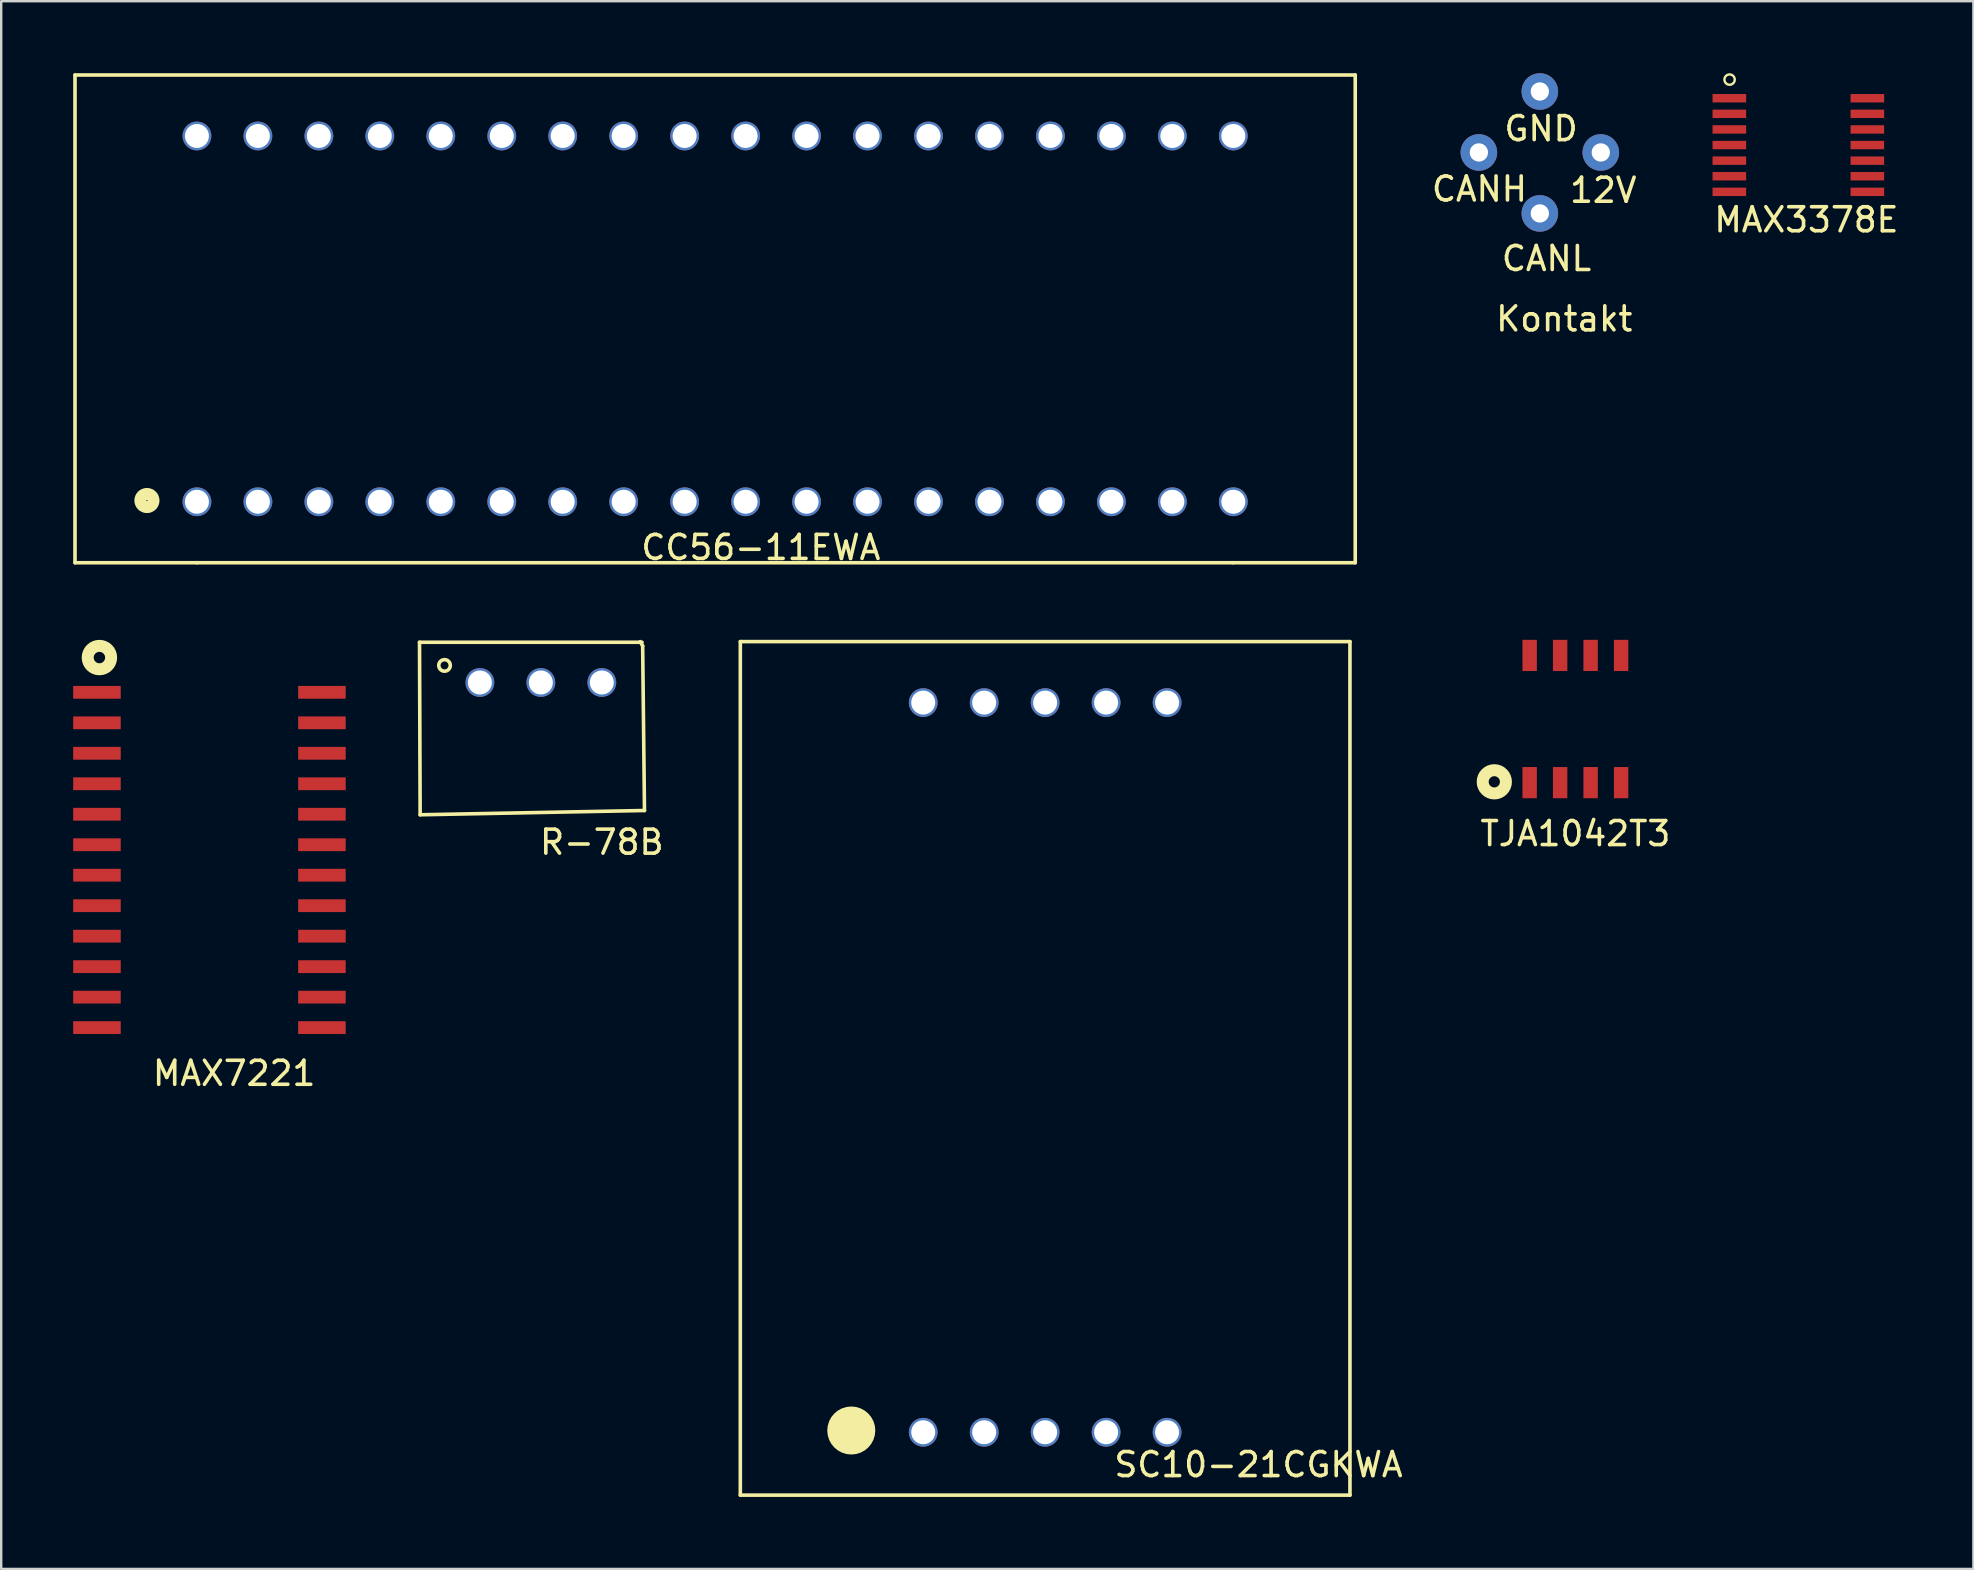
<source format=kicad_pcb>
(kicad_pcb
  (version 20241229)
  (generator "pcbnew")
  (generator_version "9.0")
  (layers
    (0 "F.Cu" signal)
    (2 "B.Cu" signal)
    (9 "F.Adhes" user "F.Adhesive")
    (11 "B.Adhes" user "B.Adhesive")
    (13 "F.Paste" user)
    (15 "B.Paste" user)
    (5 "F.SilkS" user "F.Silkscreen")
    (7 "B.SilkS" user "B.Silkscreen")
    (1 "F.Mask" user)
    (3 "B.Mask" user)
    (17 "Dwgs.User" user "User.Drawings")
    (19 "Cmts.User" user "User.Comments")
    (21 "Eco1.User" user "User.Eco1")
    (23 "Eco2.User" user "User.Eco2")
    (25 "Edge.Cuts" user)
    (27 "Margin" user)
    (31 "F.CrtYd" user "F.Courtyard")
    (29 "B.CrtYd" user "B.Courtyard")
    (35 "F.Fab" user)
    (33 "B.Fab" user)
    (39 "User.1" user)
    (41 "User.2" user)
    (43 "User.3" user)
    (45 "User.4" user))
  (footprint "MAX7221"
    (layer "F.Cu")
    (at 2.26 25.795)
    (property "Reference" "MAX7221" (at 4.445 15.875 0) (layer "F.SilkS") (effects (font (size 1 1) (thickness 0.15))))
    (attr through_hole)
    (fp_circle (center -1.168 -1.448) (end -0.686 -1.524) (stroke (width 0.5) (type solid)) (fill no) (layer "F.SilkS"))
    (pad "1" smd rect (at -1.27 0) (size 1.981 0.533) (layers "F.Cu" "F.Mask" "F.Paste"))
    (pad "2" smd rect (at -1.27 1.27) (size 1.981 0.533) (layers "F.Cu" "F.Mask" "F.Paste"))
    (pad "3" smd rect (at -1.27 2.54) (size 1.981 0.533) (layers "F.Cu" "F.Mask" "F.Paste"))
    (pad "4" smd rect (at -1.27 3.81) (size 1.981 0.533) (layers "F.Cu" "F.Mask" "F.Paste"))
    (pad "5" smd rect (at -1.27 5.08) (size 1.981 0.533) (layers "F.Cu" "F.Mask" "F.Paste"))
    (pad "6" smd rect (at -1.27 6.35) (size 1.981 0.533) (layers "F.Cu" "F.Mask" "F.Paste"))
    (pad "7" smd rect (at -1.27 7.62) (size 1.981 0.533) (layers "F.Cu" "F.Mask" "F.Paste"))
    (pad "8" smd rect (at -1.27 8.89) (size 1.981 0.533) (layers "F.Cu" "F.Mask" "F.Paste"))
    (pad "9" smd rect (at -1.27 10.16) (size 1.981 0.533) (layers "F.Cu" "F.Mask" "F.Paste"))
    (pad "10" smd rect (at -1.27 11.43) (size 1.981 0.533) (layers "F.Cu" "F.Mask" "F.Paste"))
    (pad "11" smd rect (at -1.27 12.7) (size 1.981 0.533) (layers "F.Cu" "F.Mask" "F.Paste"))
    (pad "12" smd rect (at -1.27 13.97) (size 1.981 0.533) (layers "F.Cu" "F.Mask" "F.Paste"))
    (pad "13" smd rect (at 8.103 13.97) (size 1.981 0.533) (layers "F.Cu" "F.Mask" "F.Paste"))
    (pad "14" smd rect (at 8.103 12.7) (size 1.981 0.533) (layers "F.Cu" "F.Mask" "F.Paste"))
    (pad "15" smd rect (at 8.103 11.43) (size 1.981 0.533) (layers "F.Cu" "F.Mask" "F.Paste"))
    (pad "16" smd rect (at 8.103 10.16) (size 1.981 0.533) (layers "F.Cu" "F.Mask" "F.Paste"))
    (pad "17" smd rect (at 8.103 8.89) (size 1.981 0.533) (layers "F.Cu" "F.Mask" "F.Paste"))
    (pad "18" smd rect (at 8.103 7.62) (size 1.981 0.533) (layers "F.Cu" "F.Mask" "F.Paste"))
    (pad "19" smd rect (at 8.103 6.35) (size 1.981 0.533) (layers "F.Cu" "F.Mask" "F.Paste"))
    (pad "20" smd rect (at 8.103 5.08) (size 1.981 0.533) (layers "F.Cu" "F.Mask" "F.Paste"))
    (pad "21" smd rect (at 8.103 3.81) (size 1.981 0.533) (layers "F.Cu" "F.Mask" "F.Paste"))
    (pad "22" smd rect (at 8.103 2.54) (size 1.981 0.533) (layers "F.Cu" "F.Mask" "F.Paste"))
    (pad "23" smd rect (at 8.103 1.27) (size 1.981 0.533) (layers "F.Cu" "F.Mask" "F.Paste"))
    (pad "24" smd rect (at 8.103 0) (size 1.981 0.533) (layers "F.Cu" "F.Mask" "F.Paste")))
  (footprint "Kontakt"
    (layer "F.Cu")
    (at 61.106 3.302)
    (property "Reference" "Kontakt" (at 1.016 6.934 0) (layer "F.SilkS") (effects (font (size 1 1) (thickness 0.15))))
    (attr through_hole)
    (fp_text user "12V" (at 2.642 1.575 0) (layer "F.SilkS") (effects (font (size 1 1) (thickness 0.15))))
    (fp_text user "CANH" (at -2.515 1.524 0) (layer "F.SilkS") (effects (font (size 1 1) (thickness 0.15))))
    (fp_text user "GND" (at 0.051 -0.991 0) (layer "F.SilkS") (effects (font (size 1 1) (thickness 0.15))))
    (fp_text user "CANL" (at 0.279 4.42 0) (layer "F.SilkS") (effects (font (size 1 1) (thickness 0.15))))
    (pad "1" thru_hole circle (at 0 2.54) (size 1.524 1.524) (drill 0.762) (layers "*.Cu" "*.Mask"))
    (pad "2" thru_hole circle (at -2.54 0) (size 1.524 1.524) (drill 0.762) (layers "*.Cu" "*.Mask"))
    (pad "3" thru_hole circle (at 0 -2.54) (size 1.524 1.524) (drill 0.762) (layers "*.Cu" "*.Mask"))
    (pad "4" thru_hole circle (at 2.54 0) (size 1.524 1.524) (drill 0.762) (layers "*.Cu" "*.Mask")))
  (footprint "CC56-11EWA"
    (layer "F.Cu")
    (at 28.015 2.615)
    (property "Reference" "CC56-11EWA" (at 0.635 17.145 0) (layer "F.SilkS") (effects (font (size 1 1) (thickness 0.15))))
    (attr through_hole)
    (fp_line (start -27.94 -2.54) (end -27.94 17.78) (stroke (width 0.15) (type solid)) (layer "F.SilkS"))
    (fp_line (start -27.94 -2.54) (end 25.4 -2.54) (stroke (width 0.15) (type solid)) (layer "F.SilkS"))
    (fp_line (start -27.94 17.78) (end -22.86 17.78) (stroke (width 0.15) (type solid)) (layer "F.SilkS"))
    (fp_line (start 20.32 17.78) (end -22.86 17.78) (stroke (width 0.15) (type solid)) (layer "F.SilkS"))
    (fp_line (start 25.4 -2.54) (end 25.4 17.78) (stroke (width 0.15) (type solid)) (layer "F.SilkS"))
    (fp_line (start 25.4 17.78) (end 20.32 17.78) (stroke (width 0.15) (type solid)) (layer "F.SilkS"))
    (fp_circle (center -24.943 15.189) (end -24.689 15.291) (stroke (width 0.5) (type solid)) (fill no) (layer "F.SilkS"))
    (pad "1" thru_hole circle (at -22.86 15.24) (size 1.2 1.2) (drill 1) (layers "*.Cu" "*.Mask"))
    (pad "2" thru_hole circle (at -20.32 15.24) (size 1.2 1.2) (drill 1) (layers "*.Cu" "*.Mask"))
    (pad "3" thru_hole circle (at -17.78 15.24) (size 1.2 1.2) (drill 1) (layers "*.Cu" "*.Mask"))
    (pad "4" thru_hole circle (at -15.24 15.24) (size 1.2 1.2) (drill 1) (layers "*.Cu" "*.Mask"))
    (pad "5" thru_hole circle (at -12.7 15.24) (size 1.2 1.2) (drill 1) (layers "*.Cu" "*.Mask"))
    (pad "6" thru_hole circle (at -10.16 15.24) (size 1.2 1.2) (drill 1) (layers "*.Cu" "*.Mask"))
    (pad "7" thru_hole circle (at -7.62 15.24) (size 1.2 1.2) (drill 1) (layers "*.Cu" "*.Mask"))
    (pad "8" thru_hole circle (at -5.08 15.24) (size 1.2 1.2) (drill 1) (layers "*.Cu" "*.Mask"))
    (pad "9" thru_hole circle (at -2.54 15.24) (size 1.2 1.2) (drill 1) (layers "*.Cu" "*.Mask"))
    (pad "10" thru_hole circle (at 0 15.24) (size 1.2 1.2) (drill 1) (layers "*.Cu" "*.Mask"))
    (pad "11" thru_hole circle (at 2.54 15.24) (size 1.2 1.2) (drill 1) (layers "*.Cu" "*.Mask"))
    (pad "12" thru_hole circle (at 5.08 15.24) (size 1.2 1.2) (drill 1) (layers "*.Cu" "*.Mask"))
    (pad "13" thru_hole circle (at 7.62 15.24) (size 1.2 1.2) (drill 1) (layers "*.Cu" "*.Mask"))
    (pad "14" thru_hole circle (at 10.16 15.24) (size 1.2 1.2) (drill 1) (layers "*.Cu" "*.Mask"))
    (pad "15" thru_hole circle (at 12.7 15.24) (size 1.2 1.2) (drill 1) (layers "*.Cu" "*.Mask"))
    (pad "16" thru_hole circle (at 15.24 15.24) (size 1.2 1.2) (drill 1) (layers "*.Cu" "*.Mask"))
    (pad "17" thru_hole circle (at 17.78 15.24) (size 1.2 1.2) (drill 1) (layers "*.Cu" "*.Mask"))
    (pad "18" thru_hole circle (at 20.32 15.24) (size 1.2 1.2) (drill 1) (layers "*.Cu" "*.Mask"))
    (pad "19" thru_hole circle (at 20.32 0) (size 1.2 1.2) (drill 1) (layers "*.Cu" "*.Mask"))
    (pad "20" thru_hole circle (at 17.78 0) (size 1.2 1.2) (drill 1) (layers "*.Cu" "*.Mask"))
    (pad "21" thru_hole circle (at 15.24 0) (size 1.2 1.2) (drill 1) (layers "*.Cu" "*.Mask"))
    (pad "22" thru_hole circle (at 12.7 0) (size 1.2 1.2) (drill 1) (layers "*.Cu" "*.Mask"))
    (pad "23" thru_hole circle (at 10.16 0) (size 1.2 1.2) (drill 1) (layers "*.Cu" "*.Mask"))
    (pad "24" thru_hole circle (at 7.62 0) (size 1.2 1.2) (drill 1) (layers "*.Cu" "*.Mask"))
    (pad "25" thru_hole circle (at 5.08 0) (size 1.2 1.2) (drill 1) (layers "*.Cu" "*.Mask"))
    (pad "26" thru_hole circle (at 2.54 0) (size 1.2 1.2) (drill 1) (layers "*.Cu" "*.Mask"))
    (pad "27" thru_hole circle (at 0 0) (size 1.2 1.2) (drill 1) (layers "*.Cu" "*.Mask"))
    (pad "28" thru_hole circle (at -2.54 0) (size 1.2 1.2) (drill 1) (layers "*.Cu" "*.Mask"))
    (pad "29" thru_hole circle (at -5.08 0) (size 1.2 1.2) (drill 1) (layers "*.Cu" "*.Mask"))
    (pad "30" thru_hole circle (at -7.62 0) (size 1.2 1.2) (drill 1) (layers "*.Cu" "*.Mask"))
    (pad "31" thru_hole circle (at -10.16 0) (size 1.2 1.2) (drill 1) (layers "*.Cu" "*.Mask"))
    (pad "32" thru_hole circle (at -12.7 0) (size 1.2 1.2) (drill 1) (layers "*.Cu" "*.Mask"))
    (pad "33" thru_hole circle (at -15.24 0) (size 1.2 1.2) (drill 1) (layers "*.Cu" "*.Mask"))
    (pad "34" thru_hole circle (at -17.78 0) (size 1.2 1.2) (drill 1) (layers "*.Cu" "*.Mask"))
    (pad "35" thru_hole circle (at -20.32 0) (size 1.2 1.2) (drill 1) (layers "*.Cu" "*.Mask"))
    (pad "36" thru_hole circle (at -22.86 0) (size 1.2 1.2) (drill 1) (layers "*.Cu" "*.Mask")))
  (footprint "R-78B"
    (layer "F.Cu")
    (at 19.484 25.385)
    (property "Reference" "R-78B" (at 2.54 6.655 0) (layer "F.SilkS") (effects (font (size 1 1) (thickness 0.15))))
    (attr through_hole)
    (fp_line (start -5.055 -1.676) (end -5.029 5.512) (stroke (width 0.15) (type solid)) (layer "F.SilkS"))
    (fp_line (start -5.029 5.512) (end 4.318 5.334) (stroke (width 0.15) (type solid)) (layer "F.SilkS"))
    (fp_line (start 4.216 -1.676) (end -5.055 -1.676) (stroke (width 0.15) (type solid)) (layer "F.SilkS"))
    (fp_line (start 4.242 -1.524) (end 4.14 -1.702) (stroke (width 0.15) (type solid)) (layer "F.SilkS"))
    (fp_line (start 4.318 5.334) (end 4.242 -1.524) (stroke (width 0.15) (type solid)) (layer "F.SilkS"))
    (fp_circle (center -4.013 -0.711) (end -3.785 -0.635) (stroke (width 0.15) (type solid)) (fill no) (layer "F.SilkS"))
    (pad "1" thru_hole circle (at -2.54 0) (size 1.2 1.2) (drill 1) (layers "*.Cu" "*.Mask"))
    (pad "2" thru_hole circle (at 0 0) (size 1.2 1.2) (drill 1) (layers "*.Cu" "*.Mask"))
    (pad "3" thru_hole circle (at 2.54 0) (size 1.2 1.2) (drill 1) (layers "*.Cu" "*.Mask")))
  (footprint "TJA1042T3"
    (layer "F.Cu")
    (at 64.492 34.858)
    (property "Reference" "TJA1042T3" (at -1.905 -3.175 0) (layer "F.SilkS") (effects (font (size 1 1) (thickness 0.15))))
    (attr through_hole)
    (fp_circle (center -5.283 -5.334) (end -5.105 -5.486) (stroke (width 0.5) (type solid)) (fill no) (layer "F.SilkS"))
    (pad "1" smd rect (at -3.81 -5.3) (size 0.6 1.3) (layers "F.Cu" "F.Mask" "F.Paste"))
    (pad "2" smd rect (at -2.54 -5.3) (size 0.6 1.3) (layers "F.Cu" "F.Mask" "F.Paste"))
    (pad "3" smd rect (at -1.27 -5.3) (size 0.6 1.3) (layers "F.Cu" "F.Mask" "F.Paste"))
    (pad "4" smd rect (at 0 -5.3) (size 0.6 1.3) (layers "F.Cu" "F.Mask" "F.Paste"))
    (pad "5" smd rect (at 0 -10.6) (size 0.6 1.3) (layers "F.Cu" "F.Mask" "F.Paste"))
    (pad "6" smd rect (at -1.27 -10.6) (size 0.6 1.3) (layers "F.Cu" "F.Mask" "F.Paste"))
    (pad "7" smd rect (at -2.54 -10.6) (size 0.6 1.3) (layers "F.Cu" "F.Mask" "F.Paste"))
    (pad "8" smd rect (at -3.81 -10.6) (size 0.6 1.3) (layers "F.Cu" "F.Mask" "F.Paste")))
  (footprint "MAX3378E"
    (layer "F.Cu")
    (at 74.752 0.393)
    (property "Reference" "MAX3378E" (at -2.54 5.715 0) (layer "F.SilkS") (effects (font (size 1 1) (thickness 0.15))))
    (attr through_hole)
    (fp_circle (center -5.74 -0.127) (end -5.588 -0.279) (stroke (width 0.1) (type solid)) (fill no) (layer "F.SilkS"))
    (pad "1" smd rect (at -5.75 0.65) (size 1.4 0.35) (layers "F.Cu" "F.Mask" "F.Paste"))
    (pad "2" smd rect (at -5.75 1.3) (size 1.4 0.35) (layers "F.Cu" "F.Mask" "F.Paste"))
    (pad "3" smd rect (at -5.75 1.95) (size 1.4 0.35) (layers "F.Cu" "F.Mask" "F.Paste"))
    (pad "4" smd rect (at -5.75 2.6) (size 1.4 0.35) (layers "F.Cu" "F.Mask" "F.Paste"))
    (pad "5" smd rect (at -5.75 3.25) (size 1.4 0.35) (layers "F.Cu" "F.Mask" "F.Paste"))
    (pad "6" smd rect (at -5.75 3.9) (size 1.4 0.35) (layers "F.Cu" "F.Mask" "F.Paste"))
    (pad "7" smd rect (at -5.75 4.55) (size 1.4 0.35) (layers "F.Cu" "F.Mask" "F.Paste"))
    (pad "8" smd rect (at 0 4.55) (size 1.4 0.35) (layers "F.Cu" "F.Mask" "F.Paste"))
    (pad "9" smd rect (at 0 3.9) (size 1.4 0.35) (layers "F.Cu" "F.Mask" "F.Paste"))
    (pad "10" smd rect (at 0 3.25) (size 1.4 0.35) (layers "F.Cu" "F.Mask" "F.Paste"))
    (pad "11" smd rect (at 0 2.6) (size 1.4 0.35) (layers "F.Cu" "F.Mask" "F.Paste"))
    (pad "12" smd rect (at 0 1.95) (size 1.4 0.35) (layers "F.Cu" "F.Mask" "F.Paste"))
    (pad "13" smd rect (at 0 1.3) (size 1.4 0.35) (layers "F.Cu" "F.Mask" "F.Paste"))
    (pad "14" smd rect (at 0 0.65) (size 1.4 0.35) (layers "F.Cu" "F.Mask" "F.Paste")))
  (footprint "SC10-21CGKWA"
    (layer "F.Cu")
    (at 45.575 26.223)
    (property "Reference" "SC10-21CGKWA" (at 3.81 31.75 0) (layer "F.SilkS") (effects (font (size 1 1) (thickness 0.15))))
    (attr through_hole)
    (fp_line (start -17.78 -2.54) (end -17.78 33.02) (stroke (width 0.15) (type solid)) (layer "F.SilkS"))
    (fp_line (start -17.78 33.02) (end 7.62 33.02) (stroke (width 0.15) (type solid)) (layer "F.SilkS"))
    (fp_line (start 7.62 -2.54) (end -17.78 -2.54) (stroke (width 0.15) (type solid)) (layer "F.SilkS"))
    (fp_line (start 7.62 33.02) (end 7.62 -2.54) (stroke (width 0.15) (type solid)) (layer "F.SilkS"))
    (fp_circle (center -13.157 30.328) (end -12.7 30.124) (stroke (width 1) (type solid)) (fill no) (layer "F.SilkS"))
    (pad "1" thru_hole circle (at -10.16 30.4) (size 1.2 1.2) (drill 1) (layers "*.Cu" "*.Mask"))
    (pad "2" thru_hole circle (at -7.62 30.4) (size 1.2 1.2) (drill 1) (layers "*.Cu" "*.Mask"))
    (pad "3" thru_hole circle (at -5.08 30.4) (size 1.2 1.2) (drill 1) (layers "*.Cu" "*.Mask"))
    (pad "4" thru_hole circle (at -2.54 30.4) (size 1.2 1.2) (drill 1) (layers "*.Cu" "*.Mask"))
    (pad "5" thru_hole circle (at 0 30.4) (size 1.2 1.2) (drill 1) (layers "*.Cu" "*.Mask"))
    (pad "6" thru_hole circle (at 0 0) (size 1.2 1.2) (drill 1) (layers "*.Cu" "*.Mask"))
    (pad "7" thru_hole circle (at -2.54 0) (size 1.2 1.2) (drill 1) (layers "*.Cu" "*.Mask"))
    (pad "8" thru_hole circle (at -5.08 0) (size 1.2 1.2) (drill 1) (layers "*.Cu" "*.Mask"))
    (pad "9" thru_hole circle (at -7.62 0) (size 1.2 1.2) (drill 1) (layers "*.Cu" "*.Mask"))
    (pad "10" thru_hole circle (at -10.16 0) (size 1.2 1.2) (drill 1) (layers "*.Cu" "*.Mask")))
  (gr_rect
    (start -3 -3)
    (end 79.17 62.318)
    (stroke (width 0.1) (type default))
    (fill no)
    (layer "Edge.Cuts")))
</source>
